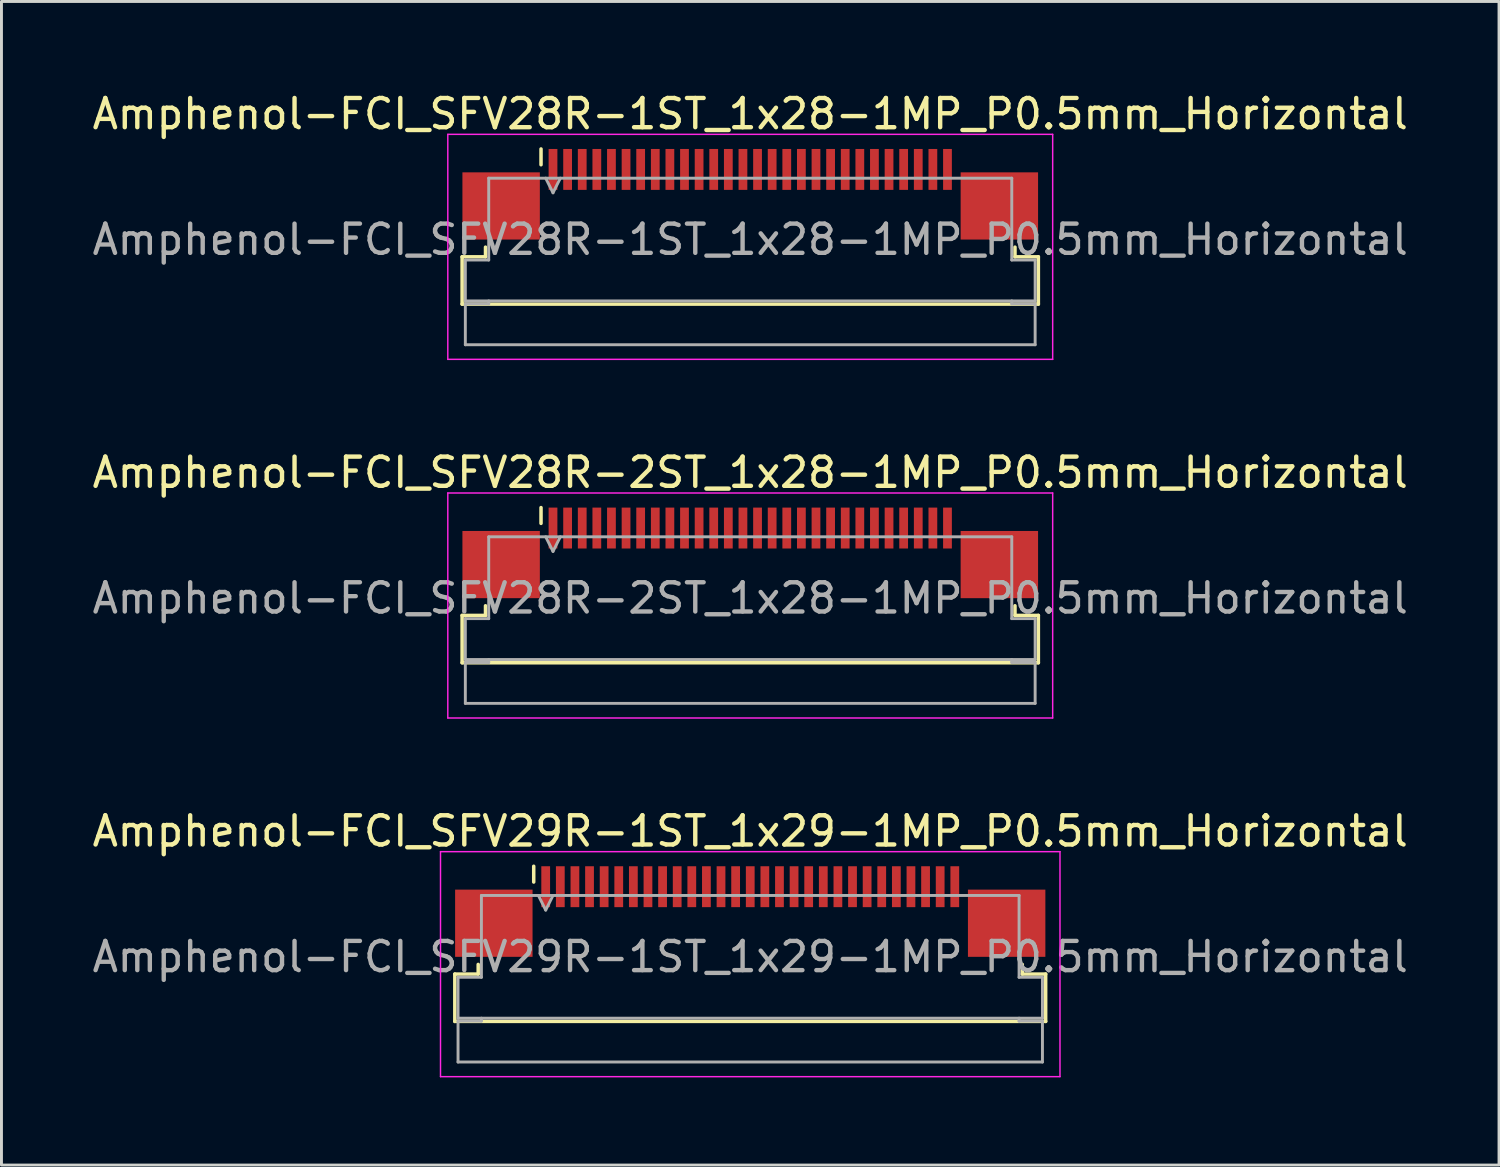
<source format=kicad_pcb>
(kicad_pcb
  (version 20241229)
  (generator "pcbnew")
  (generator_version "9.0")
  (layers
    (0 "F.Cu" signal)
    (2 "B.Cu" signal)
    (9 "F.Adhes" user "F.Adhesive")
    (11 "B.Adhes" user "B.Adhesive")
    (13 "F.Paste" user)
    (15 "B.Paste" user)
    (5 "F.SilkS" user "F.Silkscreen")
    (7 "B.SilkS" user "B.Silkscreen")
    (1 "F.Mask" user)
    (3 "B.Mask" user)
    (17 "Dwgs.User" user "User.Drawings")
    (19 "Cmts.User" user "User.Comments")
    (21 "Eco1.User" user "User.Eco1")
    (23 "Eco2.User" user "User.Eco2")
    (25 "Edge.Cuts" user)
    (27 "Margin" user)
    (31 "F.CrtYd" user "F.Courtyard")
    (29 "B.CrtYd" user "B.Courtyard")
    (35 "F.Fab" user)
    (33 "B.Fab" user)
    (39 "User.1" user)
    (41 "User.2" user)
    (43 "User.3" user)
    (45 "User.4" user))
  (footprint "Amphenol-FCI_SFV28R-1ST_1x28-1MP_P0.5mm_Horizontal"
    (layer "F.Cu")
    (at 22.625 4.748)
    (property "Reference" "Amphenol-FCI_SFV28R-1ST_1x28-1MP_P0.5mm_Horizontal" (at 0 -3.9 0) (layer "F.SilkS") (effects (font (size 1 1) (thickness 0.15))))
    (attr smd)
    (fp_line (start -9.86 0.99) (end -9.06 0.99) (stroke (width 0.12) (type solid)) (layer "F.SilkS"))
    (fp_line (start -9.86 2.61) (end -9.86 0.99) (stroke (width 0.12) (type solid)) (layer "F.SilkS"))
    (fp_line (start -9.06 0.99) (end -9.06 0.66) (stroke (width 0.12) (type solid)) (layer "F.SilkS"))
    (fp_line (start -7.16 -2.16) (end -7.16 -2.7) (stroke (width 0.12) (type solid)) (layer "F.SilkS"))
    (fp_line (start 9.06 0.66) (end 9.06 0.99) (stroke (width 0.12) (type solid)) (layer "F.SilkS"))
    (fp_line (start 9.06 0.99) (end 9.86 0.99) (stroke (width 0.12) (type solid)) (layer "F.SilkS"))
    (fp_line (start 9.86 0.99) (end 9.86 2.61) (stroke (width 0.12) (type solid)) (layer "F.SilkS"))
    (fp_line (start 9.86 2.61) (end -9.86 2.61) (stroke (width 0.12) (type solid)) (layer "F.SilkS"))
    (fp_line (start -10.35 -3.2) (end -10.35 4.5) (stroke (width 0.05) (type solid)) (layer "F.CrtYd"))
    (fp_line (start -10.35 4.5) (end 10.35 4.5) (stroke (width 0.05) (type solid)) (layer "F.CrtYd"))
    (fp_line (start 10.35 -3.2) (end -10.35 -3.2) (stroke (width 0.05) (type solid)) (layer "F.CrtYd"))
    (fp_line (start 10.35 4.5) (end 10.35 -3.2) (stroke (width 0.05) (type solid)) (layer "F.CrtYd"))
    (fp_line (start -9.75 1.1) (end -8.95 1.1) (stroke (width 0.1) (type solid)) (layer "F.Fab"))
    (fp_line (start -9.75 2.5) (end -9.75 1.1) (stroke (width 0.1) (type solid)) (layer "F.Fab"))
    (fp_line (start -9.75 2.6) (end -8.95 2.6) (stroke (width 0.1) (type solid)) (layer "F.Fab"))
    (fp_line (start -9.75 4) (end -9.75 2.6) (stroke (width 0.1) (type solid)) (layer "F.Fab"))
    (fp_line (start -8.95 -1.7) (end 8.95 -1.7) (stroke (width 0.1) (type solid)) (layer "F.Fab"))
    (fp_line (start -8.95 1.1) (end -8.95 -1.7) (stroke (width 0.1) (type solid)) (layer "F.Fab"))
    (fp_line (start -8.95 2.6) (end -8.95 2.5) (stroke (width 0.1) (type solid)) (layer "F.Fab"))
    (fp_line (start -7 -1.7) (end -6.75 -1.2) (stroke (width 0.1) (type solid)) (layer "F.Fab"))
    (fp_line (start -6.75 -1.2) (end -6.5 -1.7) (stroke (width 0.1) (type solid)) (layer "F.Fab"))
    (fp_line (start 8.95 -1.7) (end 8.95 1.1) (stroke (width 0.1) (type solid)) (layer "F.Fab"))
    (fp_line (start 8.95 1.1) (end 9.75 1.1) (stroke (width 0.1) (type solid)) (layer "F.Fab"))
    (fp_line (start 8.95 2.5) (end 8.95 2.6) (stroke (width 0.1) (type solid)) (layer "F.Fab"))
    (fp_line (start 8.95 2.6) (end 9.75 2.6) (stroke (width 0.1) (type solid)) (layer "F.Fab"))
    (fp_line (start 9.75 1.1) (end 9.75 2.5) (stroke (width 0.1) (type solid)) (layer "F.Fab"))
    (fp_line (start 9.75 2.5) (end -9.75 2.5) (stroke (width 0.1) (type solid)) (layer "F.Fab"))
    (fp_line (start 9.75 2.6) (end 9.75 4) (stroke (width 0.1) (type solid)) (layer "F.Fab"))
    (fp_line (start 9.75 4) (end -9.75 4) (stroke (width 0.1) (type solid)) (layer "F.Fab"))
    (fp_text user "${REFERENCE}" (at 0 0.4 0) (layer "F.Fab") (effects (font (size 1 1) (thickness 0.15))))
    (pad "1" smd rect (at -6.75 -2) (size 0.3 1.4) (layers "F.Cu" "F.Mask" "F.Paste"))
    (pad "2" smd rect (at -6.25 -2) (size 0.3 1.4) (layers "F.Cu" "F.Mask" "F.Paste"))
    (pad "3" smd rect (at -5.75 -2) (size 0.3 1.4) (layers "F.Cu" "F.Mask" "F.Paste"))
    (pad "4" smd rect (at -5.25 -2) (size 0.3 1.4) (layers "F.Cu" "F.Mask" "F.Paste"))
    (pad "5" smd rect (at -4.75 -2) (size 0.3 1.4) (layers "F.Cu" "F.Mask" "F.Paste"))
    (pad "6" smd rect (at -4.25 -2) (size 0.3 1.4) (layers "F.Cu" "F.Mask" "F.Paste"))
    (pad "7" smd rect (at -3.75 -2) (size 0.3 1.4) (layers "F.Cu" "F.Mask" "F.Paste"))
    (pad "8" smd rect (at -3.25 -2) (size 0.3 1.4) (layers "F.Cu" "F.Mask" "F.Paste"))
    (pad "9" smd rect (at -2.75 -2) (size 0.3 1.4) (layers "F.Cu" "F.Mask" "F.Paste"))
    (pad "10" smd rect (at -2.25 -2) (size 0.3 1.4) (layers "F.Cu" "F.Mask" "F.Paste"))
    (pad "11" smd rect (at -1.75 -2) (size 0.3 1.4) (layers "F.Cu" "F.Mask" "F.Paste"))
    (pad "12" smd rect (at -1.25 -2) (size 0.3 1.4) (layers "F.Cu" "F.Mask" "F.Paste"))
    (pad "13" smd rect (at -0.75 -2) (size 0.3 1.4) (layers "F.Cu" "F.Mask" "F.Paste"))
    (pad "14" smd rect (at -0.25 -2) (size 0.3 1.4) (layers "F.Cu" "F.Mask" "F.Paste"))
    (pad "15" smd rect (at 0.25 -2) (size 0.3 1.4) (layers "F.Cu" "F.Mask" "F.Paste"))
    (pad "16" smd rect (at 0.75 -2) (size 0.3 1.4) (layers "F.Cu" "F.Mask" "F.Paste"))
    (pad "17" smd rect (at 1.25 -2) (size 0.3 1.4) (layers "F.Cu" "F.Mask" "F.Paste"))
    (pad "18" smd rect (at 1.75 -2) (size 0.3 1.4) (layers "F.Cu" "F.Mask" "F.Paste"))
    (pad "19" smd rect (at 2.25 -2) (size 0.3 1.4) (layers "F.Cu" "F.Mask" "F.Paste"))
    (pad "20" smd rect (at 2.75 -2) (size 0.3 1.4) (layers "F.Cu" "F.Mask" "F.Paste"))
    (pad "21" smd rect (at 3.25 -2) (size 0.3 1.4) (layers "F.Cu" "F.Mask" "F.Paste"))
    (pad "22" smd rect (at 3.75 -2) (size 0.3 1.4) (layers "F.Cu" "F.Mask" "F.Paste"))
    (pad "23" smd rect (at 4.25 -2) (size 0.3 1.4) (layers "F.Cu" "F.Mask" "F.Paste"))
    (pad "24" smd rect (at 4.75 -2) (size 0.3 1.4) (layers "F.Cu" "F.Mask" "F.Paste"))
    (pad "25" smd rect (at 5.25 -2) (size 0.3 1.4) (layers "F.Cu" "F.Mask" "F.Paste"))
    (pad "26" smd rect (at 5.75 -2) (size 0.3 1.4) (layers "F.Cu" "F.Mask" "F.Paste"))
    (pad "27" smd rect (at 6.25 -2) (size 0.3 1.4) (layers "F.Cu" "F.Mask" "F.Paste"))
    (pad "28" smd rect (at 6.75 -2) (size 0.3 1.4) (layers "F.Cu" "F.Mask" "F.Paste"))
    (pad "MP" smd rect (at -8.525 -0.75) (size 2.65 2.3) (layers "F.Cu" "F.Mask" "F.Paste"))
    (pad "MP" smd rect (at 8.525 -0.75) (size 2.65 2.3) (layers "F.Cu" "F.Mask" "F.Paste")))
  (footprint "Amphenol-FCI_SFV29R-1ST_1x29-1MP_P0.5mm_Horizontal"
    (layer "F.Cu")
    (at 22.625 29.295)
    (property "Reference" "Amphenol-FCI_SFV29R-1ST_1x29-1MP_P0.5mm_Horizontal" (at 0 -3.9 0) (layer "F.SilkS") (effects (font (size 1 1) (thickness 0.15))))
    (attr smd)
    (fp_line (start -10.11 0.99) (end -9.31 0.99) (stroke (width 0.12) (type solid)) (layer "F.SilkS"))
    (fp_line (start -10.11 2.61) (end -10.11 0.99) (stroke (width 0.12) (type solid)) (layer "F.SilkS"))
    (fp_line (start -9.31 0.99) (end -9.31 0.66) (stroke (width 0.12) (type solid)) (layer "F.SilkS"))
    (fp_line (start -7.41 -2.16) (end -7.41 -2.7) (stroke (width 0.12) (type solid)) (layer "F.SilkS"))
    (fp_line (start 9.31 0.66) (end 9.31 0.99) (stroke (width 0.12) (type solid)) (layer "F.SilkS"))
    (fp_line (start 9.31 0.99) (end 10.11 0.99) (stroke (width 0.12) (type solid)) (layer "F.SilkS"))
    (fp_line (start 10.11 0.99) (end 10.11 2.61) (stroke (width 0.12) (type solid)) (layer "F.SilkS"))
    (fp_line (start 10.11 2.61) (end -10.11 2.61) (stroke (width 0.12) (type solid)) (layer "F.SilkS"))
    (fp_line (start -10.6 -3.2) (end -10.6 4.5) (stroke (width 0.05) (type solid)) (layer "F.CrtYd"))
    (fp_line (start -10.6 4.5) (end 10.6 4.5) (stroke (width 0.05) (type solid)) (layer "F.CrtYd"))
    (fp_line (start 10.6 -3.2) (end -10.6 -3.2) (stroke (width 0.05) (type solid)) (layer "F.CrtYd"))
    (fp_line (start 10.6 4.5) (end 10.6 -3.2) (stroke (width 0.05) (type solid)) (layer "F.CrtYd"))
    (fp_line (start -10 1.1) (end -9.2 1.1) (stroke (width 0.1) (type solid)) (layer "F.Fab"))
    (fp_line (start -10 2.5) (end -10 1.1) (stroke (width 0.1) (type solid)) (layer "F.Fab"))
    (fp_line (start -10 2.6) (end -9.2 2.6) (stroke (width 0.1) (type solid)) (layer "F.Fab"))
    (fp_line (start -10 4) (end -10 2.6) (stroke (width 0.1) (type solid)) (layer "F.Fab"))
    (fp_line (start -9.2 -1.7) (end 9.2 -1.7) (stroke (width 0.1) (type solid)) (layer "F.Fab"))
    (fp_line (start -9.2 1.1) (end -9.2 -1.7) (stroke (width 0.1) (type solid)) (layer "F.Fab"))
    (fp_line (start -9.2 2.6) (end -9.2 2.5) (stroke (width 0.1) (type solid)) (layer "F.Fab"))
    (fp_line (start -7.25 -1.7) (end -7 -1.2) (stroke (width 0.1) (type solid)) (layer "F.Fab"))
    (fp_line (start -7 -1.2) (end -6.75 -1.7) (stroke (width 0.1) (type solid)) (layer "F.Fab"))
    (fp_line (start 9.2 -1.7) (end 9.2 1.1) (stroke (width 0.1) (type solid)) (layer "F.Fab"))
    (fp_line (start 9.2 1.1) (end 10 1.1) (stroke (width 0.1) (type solid)) (layer "F.Fab"))
    (fp_line (start 9.2 2.5) (end 9.2 2.6) (stroke (width 0.1) (type solid)) (layer "F.Fab"))
    (fp_line (start 9.2 2.6) (end 10 2.6) (stroke (width 0.1) (type solid)) (layer "F.Fab"))
    (fp_line (start 10 1.1) (end 10 2.5) (stroke (width 0.1) (type solid)) (layer "F.Fab"))
    (fp_line (start 10 2.5) (end -10 2.5) (stroke (width 0.1) (type solid)) (layer "F.Fab"))
    (fp_line (start 10 2.6) (end 10 4) (stroke (width 0.1) (type solid)) (layer "F.Fab"))
    (fp_line (start 10 4) (end -10 4) (stroke (width 0.1) (type solid)) (layer "F.Fab"))
    (fp_text user "${REFERENCE}" (at 0 0.4 0) (layer "F.Fab") (effects (font (size 1 1) (thickness 0.15))))
    (pad "1" smd rect (at -7 -2) (size 0.3 1.4) (layers "F.Cu" "F.Mask" "F.Paste"))
    (pad "2" smd rect (at -6.5 -2) (size 0.3 1.4) (layers "F.Cu" "F.Mask" "F.Paste"))
    (pad "3" smd rect (at -6 -2) (size 0.3 1.4) (layers "F.Cu" "F.Mask" "F.Paste"))
    (pad "4" smd rect (at -5.5 -2) (size 0.3 1.4) (layers "F.Cu" "F.Mask" "F.Paste"))
    (pad "5" smd rect (at -5 -2) (size 0.3 1.4) (layers "F.Cu" "F.Mask" "F.Paste"))
    (pad "6" smd rect (at -4.5 -2) (size 0.3 1.4) (layers "F.Cu" "F.Mask" "F.Paste"))
    (pad "7" smd rect (at -4 -2) (size 0.3 1.4) (layers "F.Cu" "F.Mask" "F.Paste"))
    (pad "8" smd rect (at -3.5 -2) (size 0.3 1.4) (layers "F.Cu" "F.Mask" "F.Paste"))
    (pad "9" smd rect (at -3 -2) (size 0.3 1.4) (layers "F.Cu" "F.Mask" "F.Paste"))
    (pad "10" smd rect (at -2.5 -2) (size 0.3 1.4) (layers "F.Cu" "F.Mask" "F.Paste"))
    (pad "11" smd rect (at -2 -2) (size 0.3 1.4) (layers "F.Cu" "F.Mask" "F.Paste"))
    (pad "12" smd rect (at -1.5 -2) (size 0.3 1.4) (layers "F.Cu" "F.Mask" "F.Paste"))
    (pad "13" smd rect (at -1 -2) (size 0.3 1.4) (layers "F.Cu" "F.Mask" "F.Paste"))
    (pad "14" smd rect (at -0.5 -2) (size 0.3 1.4) (layers "F.Cu" "F.Mask" "F.Paste"))
    (pad "15" smd rect (at 0 -2) (size 0.3 1.4) (layers "F.Cu" "F.Mask" "F.Paste"))
    (pad "16" smd rect (at 0.5 -2) (size 0.3 1.4) (layers "F.Cu" "F.Mask" "F.Paste"))
    (pad "17" smd rect (at 1 -2) (size 0.3 1.4) (layers "F.Cu" "F.Mask" "F.Paste"))
    (pad "18" smd rect (at 1.5 -2) (size 0.3 1.4) (layers "F.Cu" "F.Mask" "F.Paste"))
    (pad "19" smd rect (at 2 -2) (size 0.3 1.4) (layers "F.Cu" "F.Mask" "F.Paste"))
    (pad "20" smd rect (at 2.5 -2) (size 0.3 1.4) (layers "F.Cu" "F.Mask" "F.Paste"))
    (pad "21" smd rect (at 3 -2) (size 0.3 1.4) (layers "F.Cu" "F.Mask" "F.Paste"))
    (pad "22" smd rect (at 3.5 -2) (size 0.3 1.4) (layers "F.Cu" "F.Mask" "F.Paste"))
    (pad "23" smd rect (at 4 -2) (size 0.3 1.4) (layers "F.Cu" "F.Mask" "F.Paste"))
    (pad "24" smd rect (at 4.5 -2) (size 0.3 1.4) (layers "F.Cu" "F.Mask" "F.Paste"))
    (pad "25" smd rect (at 5 -2) (size 0.3 1.4) (layers "F.Cu" "F.Mask" "F.Paste"))
    (pad "26" smd rect (at 5.5 -2) (size 0.3 1.4) (layers "F.Cu" "F.Mask" "F.Paste"))
    (pad "27" smd rect (at 6 -2) (size 0.3 1.4) (layers "F.Cu" "F.Mask" "F.Paste"))
    (pad "28" smd rect (at 6.5 -2) (size 0.3 1.4) (layers "F.Cu" "F.Mask" "F.Paste"))
    (pad "29" smd rect (at 7 -2) (size 0.3 1.4) (layers "F.Cu" "F.Mask" "F.Paste"))
    (pad "MP" smd rect (at -8.775 -0.75) (size 2.65 2.3) (layers "F.Cu" "F.Mask" "F.Paste"))
    (pad "MP" smd rect (at 8.775 -0.75) (size 2.65 2.3) (layers "F.Cu" "F.Mask" "F.Paste")))
  (footprint "Amphenol-FCI_SFV28R-2ST_1x28-1MP_P0.5mm_Horizontal"
    (layer "F.Cu")
    (at 22.625 17.021)
    (property "Reference" "Amphenol-FCI_SFV28R-2ST_1x28-1MP_P0.5mm_Horizontal" (at 0 -3.9 0) (layer "F.SilkS") (effects (font (size 1 1) (thickness 0.15))))
    (attr smd)
    (fp_line (start -9.86 0.99) (end -9.06 0.99) (stroke (width 0.12) (type solid)) (layer "F.SilkS"))
    (fp_line (start -9.86 2.61) (end -9.86 0.99) (stroke (width 0.12) (type solid)) (layer "F.SilkS"))
    (fp_line (start -9.06 0.99) (end -9.06 0.66) (stroke (width 0.12) (type solid)) (layer "F.SilkS"))
    (fp_line (start -7.16 -2.16) (end -7.16 -2.7) (stroke (width 0.12) (type solid)) (layer "F.SilkS"))
    (fp_line (start 9.06 0.66) (end 9.06 0.99) (stroke (width 0.12) (type solid)) (layer "F.SilkS"))
    (fp_line (start 9.06 0.99) (end 9.86 0.99) (stroke (width 0.12) (type solid)) (layer "F.SilkS"))
    (fp_line (start 9.86 0.99) (end 9.86 2.61) (stroke (width 0.12) (type solid)) (layer "F.SilkS"))
    (fp_line (start 9.86 2.61) (end -9.86 2.61) (stroke (width 0.12) (type solid)) (layer "F.SilkS"))
    (fp_line (start -10.35 -3.2) (end -10.35 4.5) (stroke (width 0.05) (type solid)) (layer "F.CrtYd"))
    (fp_line (start -10.35 4.5) (end 10.35 4.5) (stroke (width 0.05) (type solid)) (layer "F.CrtYd"))
    (fp_line (start 10.35 -3.2) (end -10.35 -3.2) (stroke (width 0.05) (type solid)) (layer "F.CrtYd"))
    (fp_line (start 10.35 4.5) (end 10.35 -3.2) (stroke (width 0.05) (type solid)) (layer "F.CrtYd"))
    (fp_line (start -9.75 1.1) (end -8.95 1.1) (stroke (width 0.1) (type solid)) (layer "F.Fab"))
    (fp_line (start -9.75 2.5) (end -9.75 1.1) (stroke (width 0.1) (type solid)) (layer "F.Fab"))
    (fp_line (start -9.75 2.6) (end -8.95 2.6) (stroke (width 0.1) (type solid)) (layer "F.Fab"))
    (fp_line (start -9.75 4) (end -9.75 2.6) (stroke (width 0.1) (type solid)) (layer "F.Fab"))
    (fp_line (start -8.95 -1.7) (end 8.95 -1.7) (stroke (width 0.1) (type solid)) (layer "F.Fab"))
    (fp_line (start -8.95 1.1) (end -8.95 -1.7) (stroke (width 0.1) (type solid)) (layer "F.Fab"))
    (fp_line (start -8.95 2.6) (end -8.95 2.5) (stroke (width 0.1) (type solid)) (layer "F.Fab"))
    (fp_line (start -7 -1.7) (end -6.75 -1.2) (stroke (width 0.1) (type solid)) (layer "F.Fab"))
    (fp_line (start -6.75 -1.2) (end -6.5 -1.7) (stroke (width 0.1) (type solid)) (layer "F.Fab"))
    (fp_line (start 8.95 -1.7) (end 8.95 1.1) (stroke (width 0.1) (type solid)) (layer "F.Fab"))
    (fp_line (start 8.95 1.1) (end 9.75 1.1) (stroke (width 0.1) (type solid)) (layer "F.Fab"))
    (fp_line (start 8.95 2.5) (end 8.95 2.6) (stroke (width 0.1) (type solid)) (layer "F.Fab"))
    (fp_line (start 8.95 2.6) (end 9.75 2.6) (stroke (width 0.1) (type solid)) (layer "F.Fab"))
    (fp_line (start 9.75 1.1) (end 9.75 2.5) (stroke (width 0.1) (type solid)) (layer "F.Fab"))
    (fp_line (start 9.75 2.5) (end -9.75 2.5) (stroke (width 0.1) (type solid)) (layer "F.Fab"))
    (fp_line (start 9.75 2.6) (end 9.75 4) (stroke (width 0.1) (type solid)) (layer "F.Fab"))
    (fp_line (start 9.75 4) (end -9.75 4) (stroke (width 0.1) (type solid)) (layer "F.Fab"))
    (fp_text user "${REFERENCE}" (at 0 0.4 0) (layer "F.Fab") (effects (font (size 1 1) (thickness 0.15))))
    (pad "1" smd rect (at -6.75 -2) (size 0.3 1.4) (layers "F.Cu" "F.Mask" "F.Paste"))
    (pad "2" smd rect (at -6.25 -2) (size 0.3 1.4) (layers "F.Cu" "F.Mask" "F.Paste"))
    (pad "3" smd rect (at -5.75 -2) (size 0.3 1.4) (layers "F.Cu" "F.Mask" "F.Paste"))
    (pad "4" smd rect (at -5.25 -2) (size 0.3 1.4) (layers "F.Cu" "F.Mask" "F.Paste"))
    (pad "5" smd rect (at -4.75 -2) (size 0.3 1.4) (layers "F.Cu" "F.Mask" "F.Paste"))
    (pad "6" smd rect (at -4.25 -2) (size 0.3 1.4) (layers "F.Cu" "F.Mask" "F.Paste"))
    (pad "7" smd rect (at -3.75 -2) (size 0.3 1.4) (layers "F.Cu" "F.Mask" "F.Paste"))
    (pad "8" smd rect (at -3.25 -2) (size 0.3 1.4) (layers "F.Cu" "F.Mask" "F.Paste"))
    (pad "9" smd rect (at -2.75 -2) (size 0.3 1.4) (layers "F.Cu" "F.Mask" "F.Paste"))
    (pad "10" smd rect (at -2.25 -2) (size 0.3 1.4) (layers "F.Cu" "F.Mask" "F.Paste"))
    (pad "11" smd rect (at -1.75 -2) (size 0.3 1.4) (layers "F.Cu" "F.Mask" "F.Paste"))
    (pad "12" smd rect (at -1.25 -2) (size 0.3 1.4) (layers "F.Cu" "F.Mask" "F.Paste"))
    (pad "13" smd rect (at -0.75 -2) (size 0.3 1.4) (layers "F.Cu" "F.Mask" "F.Paste"))
    (pad "14" smd rect (at -0.25 -2) (size 0.3 1.4) (layers "F.Cu" "F.Mask" "F.Paste"))
    (pad "15" smd rect (at 0.25 -2) (size 0.3 1.4) (layers "F.Cu" "F.Mask" "F.Paste"))
    (pad "16" smd rect (at 0.75 -2) (size 0.3 1.4) (layers "F.Cu" "F.Mask" "F.Paste"))
    (pad "17" smd rect (at 1.25 -2) (size 0.3 1.4) (layers "F.Cu" "F.Mask" "F.Paste"))
    (pad "18" smd rect (at 1.75 -2) (size 0.3 1.4) (layers "F.Cu" "F.Mask" "F.Paste"))
    (pad "19" smd rect (at 2.25 -2) (size 0.3 1.4) (layers "F.Cu" "F.Mask" "F.Paste"))
    (pad "20" smd rect (at 2.75 -2) (size 0.3 1.4) (layers "F.Cu" "F.Mask" "F.Paste"))
    (pad "21" smd rect (at 3.25 -2) (size 0.3 1.4) (layers "F.Cu" "F.Mask" "F.Paste"))
    (pad "22" smd rect (at 3.75 -2) (size 0.3 1.4) (layers "F.Cu" "F.Mask" "F.Paste"))
    (pad "23" smd rect (at 4.25 -2) (size 0.3 1.4) (layers "F.Cu" "F.Mask" "F.Paste"))
    (pad "24" smd rect (at 4.75 -2) (size 0.3 1.4) (layers "F.Cu" "F.Mask" "F.Paste"))
    (pad "25" smd rect (at 5.25 -2) (size 0.3 1.4) (layers "F.Cu" "F.Mask" "F.Paste"))
    (pad "26" smd rect (at 5.75 -2) (size 0.3 1.4) (layers "F.Cu" "F.Mask" "F.Paste"))
    (pad "27" smd rect (at 6.25 -2) (size 0.3 1.4) (layers "F.Cu" "F.Mask" "F.Paste"))
    (pad "28" smd rect (at 6.75 -2) (size 0.3 1.4) (layers "F.Cu" "F.Mask" "F.Paste"))
    (pad "MP" smd rect (at -8.525 -0.75) (size 2.65 2.3) (layers "F.Cu" "F.Mask" "F.Paste"))
    (pad "MP" smd rect (at 8.525 -0.75) (size 2.65 2.3) (layers "F.Cu" "F.Mask" "F.Paste")))
  (gr_rect
    (start -3 -3)
    (end 48.25 36.82)
    (stroke (width 0.1) (type default))
    (fill no)
    (layer "Edge.Cuts")))
</source>
